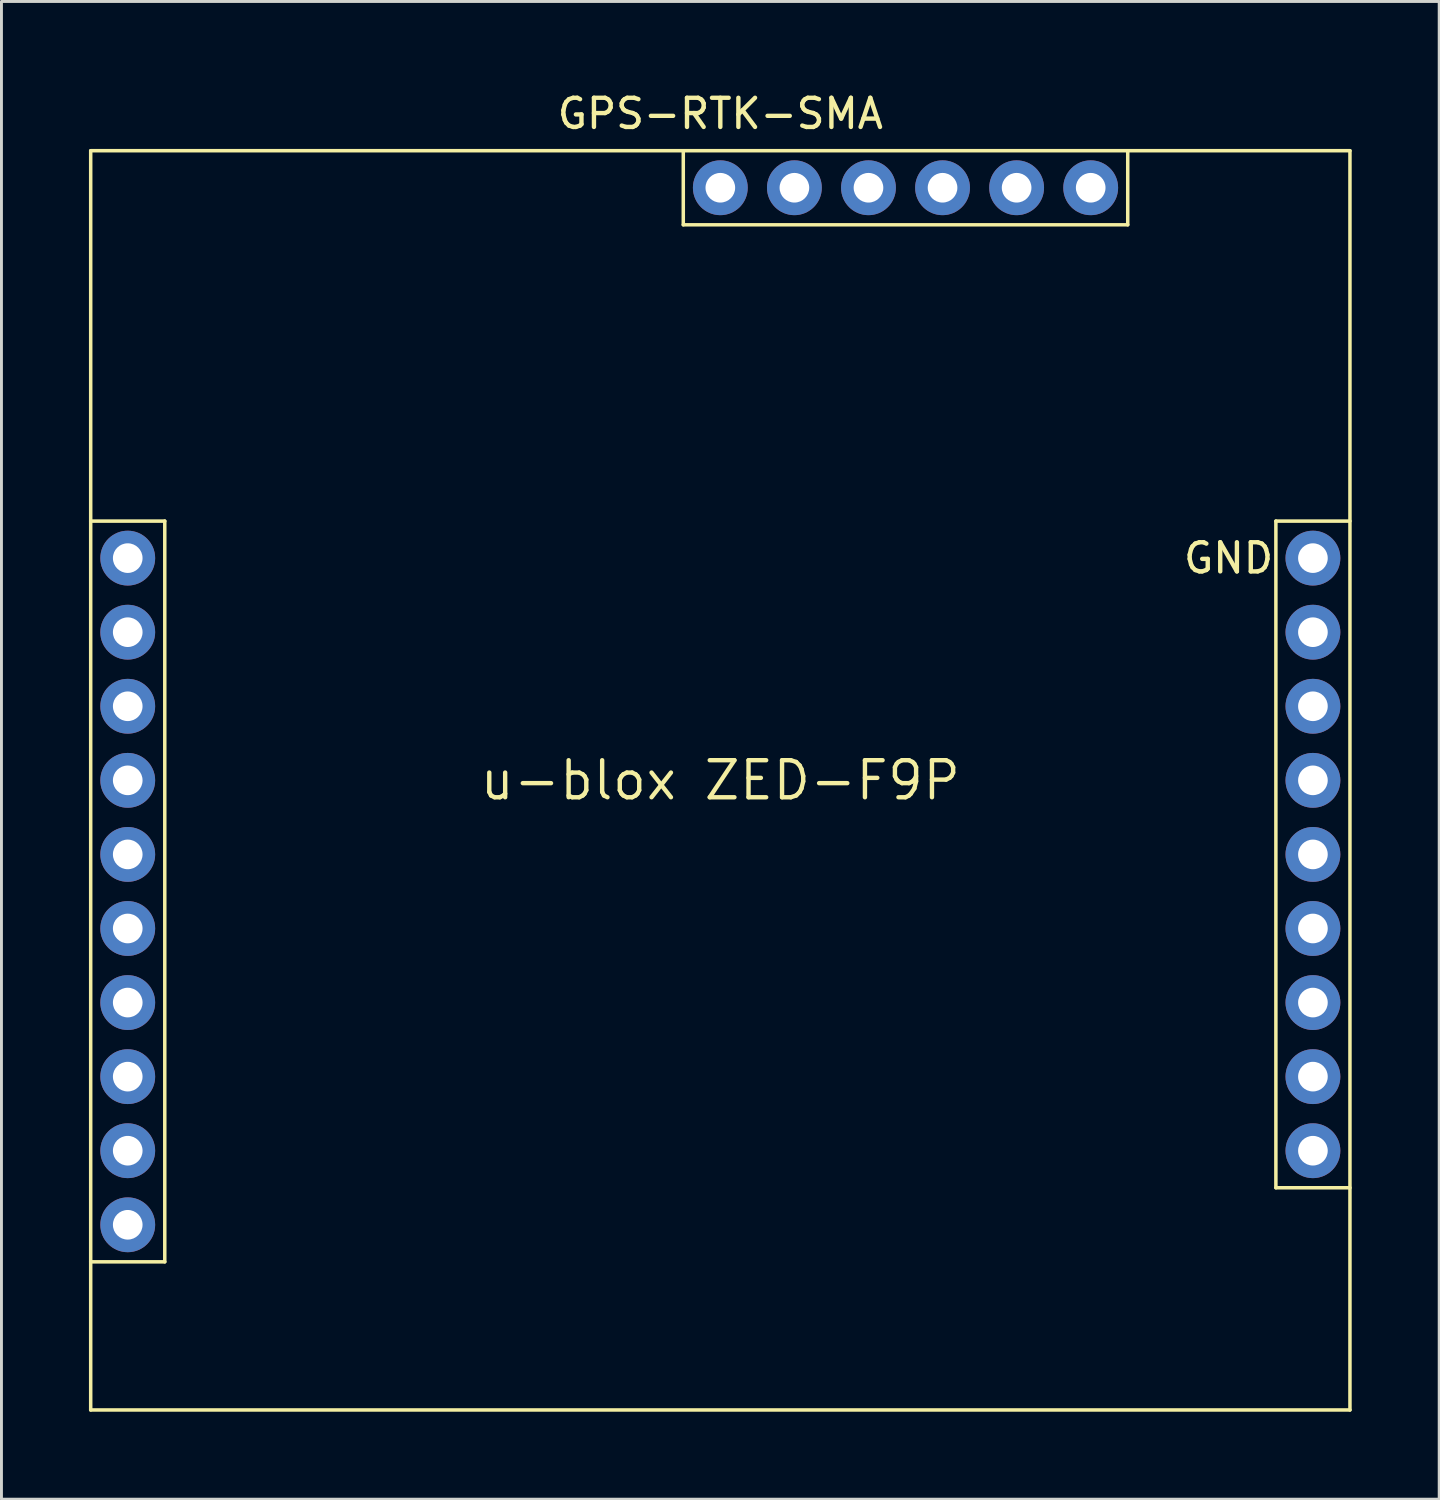
<source format=kicad_pcb>
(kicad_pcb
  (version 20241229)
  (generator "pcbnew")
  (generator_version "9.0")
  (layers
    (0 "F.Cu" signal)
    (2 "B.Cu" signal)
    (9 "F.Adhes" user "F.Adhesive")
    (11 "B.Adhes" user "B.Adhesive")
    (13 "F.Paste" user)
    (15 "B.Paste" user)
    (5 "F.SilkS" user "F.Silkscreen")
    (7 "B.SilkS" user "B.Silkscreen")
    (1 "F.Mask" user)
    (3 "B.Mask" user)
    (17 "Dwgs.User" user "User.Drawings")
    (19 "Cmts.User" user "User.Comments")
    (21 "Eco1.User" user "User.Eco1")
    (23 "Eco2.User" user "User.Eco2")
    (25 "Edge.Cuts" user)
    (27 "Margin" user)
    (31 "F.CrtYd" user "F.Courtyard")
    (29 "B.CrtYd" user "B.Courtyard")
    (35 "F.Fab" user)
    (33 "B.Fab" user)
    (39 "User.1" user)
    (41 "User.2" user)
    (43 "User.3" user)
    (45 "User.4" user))
  (footprint "GPS-RTK-SMA"
    (layer "F.Cu")
    (at 21.65 23.708)
    (property "Reference" "GPS-RTK-SMA" (at 0 -22.86 0) (layer "F.SilkS") (effects (font (size 1 1) (thickness 0.15))))
    (attr through_hole)
    (fp_line (start -21.59 -21.59) (end 21.59 -21.59) (stroke (width 0.12) (type solid)) (layer "F.SilkS"))
    (fp_line (start -21.59 -8.89) (end -19.05 -8.89) (stroke (width 0.12) (type solid)) (layer "F.SilkS"))
    (fp_line (start -21.59 21.59) (end -21.59 -21.59) (stroke (width 0.12) (type solid)) (layer "F.SilkS"))
    (fp_line (start -19.05 -8.89) (end -19.05 16.51) (stroke (width 0.12) (type solid)) (layer "F.SilkS"))
    (fp_line (start -19.05 16.51) (end -21.59 16.51) (stroke (width 0.12) (type solid)) (layer "F.SilkS"))
    (fp_line (start -1.27 -21.59) (end -1.27 -19.05) (stroke (width 0.12) (type solid)) (layer "F.SilkS"))
    (fp_line (start -1.27 -19.05) (end 13.97 -19.05) (stroke (width 0.12) (type solid)) (layer "F.SilkS"))
    (fp_line (start 13.97 -19.05) (end 13.97 -21.59) (stroke (width 0.12) (type solid)) (layer "F.SilkS"))
    (fp_line (start 19.05 -8.89) (end 21.59 -8.89) (stroke (width 0.12) (type solid)) (layer "F.SilkS"))
    (fp_line (start 19.05 13.97) (end 19.05 -8.89) (stroke (width 0.12) (type solid)) (layer "F.SilkS"))
    (fp_line (start 21.59 -21.59) (end 21.59 21.59) (stroke (width 0.12) (type solid)) (layer "F.SilkS"))
    (fp_line (start 21.59 13.97) (end 19.05 13.97) (stroke (width 0.12) (type solid)) (layer "F.SilkS"))
    (fp_line (start 21.59 21.59) (end -21.59 21.59) (stroke (width 0.12) (type solid)) (layer "F.SilkS"))
    (fp_text user "GND" (at 19.05 -7.62 0) (layer "F.SilkS") (effects (font (size 1 1) (thickness 0.15)) (justify right)))
    (fp_text user "u-blox ZED-F9P" (at 0 0 0) (layer "F.SilkS") (effects (font (size 1.27 1.27) (thickness 0.15))))
    (pad "1" thru_hole circle (at -20.32 -7.62) (size 1.88 1.88) (drill 1.016) (layers "*.Cu" "*.Mask"))
    (pad "2" thru_hole circle (at -20.32 -5.08) (size 1.88 1.88) (drill 1.016) (layers "*.Cu" "*.Mask"))
    (pad "3" thru_hole circle (at -20.32 -2.54) (size 1.88 1.88) (drill 1.016) (layers "*.Cu" "*.Mask"))
    (pad "4" thru_hole circle (at -20.32 0) (size 1.88 1.88) (drill 1.016) (layers "*.Cu" "*.Mask"))
    (pad "5" thru_hole circle (at -20.32 2.54) (size 1.88 1.88) (drill 1.016) (layers "*.Cu" "*.Mask"))
    (pad "6" thru_hole circle (at -20.32 5.08) (size 1.88 1.88) (drill 1.016) (layers "*.Cu" "*.Mask"))
    (pad "7" thru_hole circle (at -20.32 7.62) (size 1.88 1.88) (drill 1.016) (layers "*.Cu" "*.Mask"))
    (pad "8" thru_hole circle (at -20.32 10.16) (size 1.88 1.88) (drill 1.016) (layers "*.Cu" "*.Mask"))
    (pad "9" thru_hole circle (at -20.32 12.7) (size 1.88 1.88) (drill 1.016) (layers "*.Cu" "*.Mask"))
    (pad "10" thru_hole circle (at -20.32 15.24) (size 1.88 1.88) (drill 1.016) (layers "*.Cu" "*.Mask"))
    (pad "11" thru_hole circle (at 0 -20.32) (size 1.88 1.88) (drill 1.016) (layers "*.Cu" "*.Mask"))
    (pad "12" thru_hole circle (at 2.54 -20.32) (size 1.88 1.88) (drill 1.016) (layers "*.Cu" "*.Mask"))
    (pad "13" thru_hole circle (at 5.08 -20.32) (size 1.88 1.88) (drill 1.016) (layers "*.Cu" "*.Mask"))
    (pad "14" thru_hole circle (at 7.62 -20.32) (size 1.88 1.88) (drill 1.016) (layers "*.Cu" "*.Mask"))
    (pad "15" thru_hole circle (at 10.16 -20.32) (size 1.88 1.88) (drill 1.016) (layers "*.Cu" "*.Mask"))
    (pad "16" thru_hole circle (at 12.7 -20.32) (size 1.88 1.88) (drill 1.016) (layers "*.Cu" "*.Mask"))
    (pad "17" thru_hole circle (at 20.32 -7.62) (size 1.88 1.88) (drill 1.016) (layers "*.Cu" "*.Mask"))
    (pad "18" thru_hole circle (at 20.32 -5.08) (size 1.88 1.88) (drill 1.016) (layers "*.Cu" "*.Mask"))
    (pad "19" thru_hole circle (at 20.32 -2.54) (size 1.88 1.88) (drill 1.016) (layers "*.Cu" "*.Mask"))
    (pad "20" thru_hole circle (at 20.32 0) (size 1.88 1.88) (drill 1.016) (layers "*.Cu" "*.Mask"))
    (pad "21" thru_hole circle (at 20.32 2.54) (size 1.88 1.88) (drill 1.016) (layers "*.Cu" "*.Mask"))
    (pad "22" thru_hole circle (at 20.32 5.08) (size 1.88 1.88) (drill 1.016) (layers "*.Cu" "*.Mask"))
    (pad "23" thru_hole circle (at 20.32 7.62) (size 1.88 1.88) (drill 1.016) (layers "*.Cu" "*.Mask"))
    (pad "24" thru_hole circle (at 20.32 10.16) (size 1.88 1.88) (drill 1.016) (layers "*.Cu" "*.Mask"))
    (pad "25" thru_hole circle (at 20.32 12.7) (size 1.88 1.88) (drill 1.016) (layers "*.Cu" "*.Mask")))
  (gr_rect
    (start -3 -3)
    (end 46.3 48.358)
    (stroke (width 0.1) (type default))
    (fill no)
    (layer "Edge.Cuts")))
</source>
